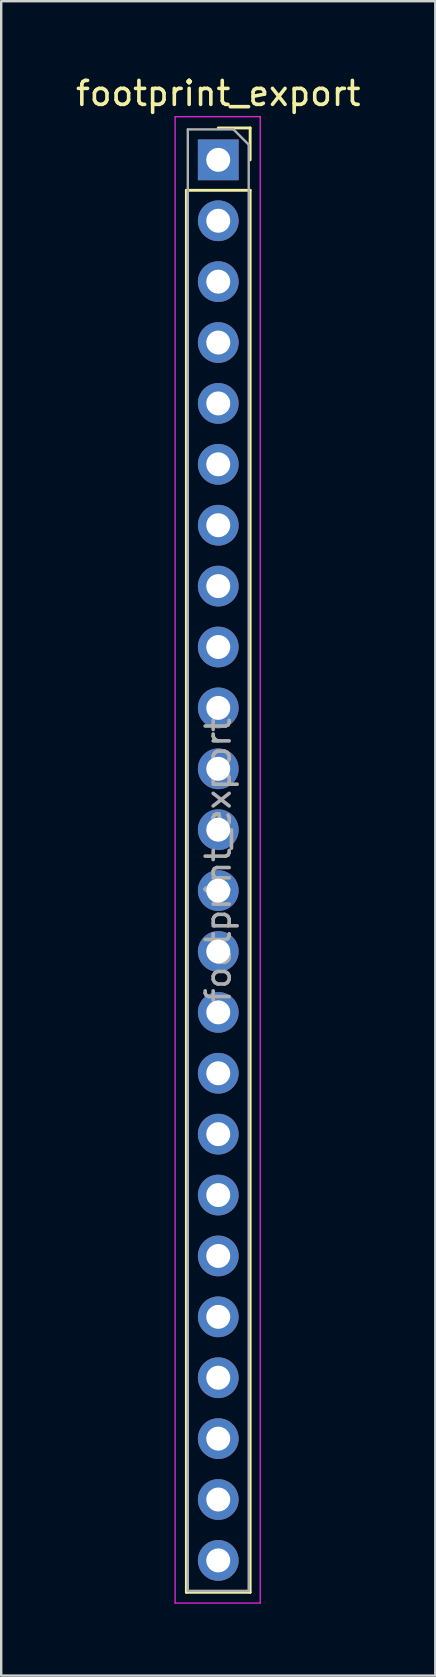
<source format=kicad_pcb>
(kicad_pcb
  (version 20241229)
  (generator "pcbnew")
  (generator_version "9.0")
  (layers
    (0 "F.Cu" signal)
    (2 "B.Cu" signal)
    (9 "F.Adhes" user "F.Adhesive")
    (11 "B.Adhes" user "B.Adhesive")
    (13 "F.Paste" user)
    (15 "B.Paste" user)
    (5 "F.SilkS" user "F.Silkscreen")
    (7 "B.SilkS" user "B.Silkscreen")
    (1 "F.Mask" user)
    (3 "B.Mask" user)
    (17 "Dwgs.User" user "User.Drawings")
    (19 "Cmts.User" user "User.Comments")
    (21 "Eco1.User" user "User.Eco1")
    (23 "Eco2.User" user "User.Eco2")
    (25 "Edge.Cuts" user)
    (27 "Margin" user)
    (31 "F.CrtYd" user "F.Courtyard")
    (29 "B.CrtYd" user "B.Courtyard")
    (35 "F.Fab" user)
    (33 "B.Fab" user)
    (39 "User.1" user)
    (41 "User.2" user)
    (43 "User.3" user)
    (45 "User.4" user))
  (footprint "footprint_export"
    (layer "F.Cu")
    (at 6.054 3.618)
    (property "Reference" "footprint_export" (at 0 -2.77 0) (layer "F.SilkS") (effects (font (size 1 1) (thickness 0.15))))
    (attr through_hole)
    (fp_line (start -1.33 1.27) (end -1.33 59.75) (stroke (width 0.12) (type solid)) (layer "F.SilkS"))
    (fp_line (start -1.33 1.27) (end 1.33 1.27) (stroke (width 0.12) (type solid)) (layer "F.SilkS"))
    (fp_line (start -1.33 59.75) (end 1.33 59.75) (stroke (width 0.12) (type solid)) (layer "F.SilkS"))
    (fp_line (start 0 -1.33) (end 1.33 -1.33) (stroke (width 0.12) (type solid)) (layer "F.SilkS"))
    (fp_line (start 1.33 -1.33) (end 1.33 0) (stroke (width 0.12) (type solid)) (layer "F.SilkS"))
    (fp_line (start 1.33 1.27) (end 1.33 59.75) (stroke (width 0.12) (type solid)) (layer "F.SilkS"))
    (fp_line (start -1.8 -1.8) (end 1.75 -1.8) (stroke (width 0.05) (type solid)) (layer "F.CrtYd"))
    (fp_line (start -1.8 60.2) (end -1.8 -1.8) (stroke (width 0.05) (type solid)) (layer "F.CrtYd"))
    (fp_line (start 1.75 -1.8) (end 1.75 60.2) (stroke (width 0.05) (type solid)) (layer "F.CrtYd"))
    (fp_line (start 1.75 60.2) (end -1.8 60.2) (stroke (width 0.05) (type solid)) (layer "F.CrtYd"))
    (fp_line (start -1.27 -1.27) (end 0.635 -1.27) (stroke (width 0.1) (type solid)) (layer "F.Fab"))
    (fp_line (start -1.27 59.69) (end -1.27 -1.27) (stroke (width 0.1) (type solid)) (layer "F.Fab"))
    (fp_line (start 0.635 -1.27) (end 1.27 -0.635) (stroke (width 0.1) (type solid)) (layer "F.Fab"))
    (fp_line (start 1.27 -0.635) (end 1.27 59.69) (stroke (width 0.1) (type solid)) (layer "F.Fab"))
    (fp_line (start 1.27 59.69) (end -1.27 59.69) (stroke (width 0.1) (type solid)) (layer "F.Fab"))
    (fp_text user "${REFERENCE}" (at 0 29.21 90) (layer "F.Fab") (effects (font (size 1 1) (thickness 0.15))))
    (pad "1" thru_hole rect (at 0 0) (size 1.7 1.7) (drill 1) (layers "*.Cu" "*.Mask"))
    (pad "2" thru_hole oval (at 0 2.54) (size 1.7 1.7) (drill 1) (layers "*.Cu" "*.Mask"))
    (pad "3" thru_hole oval (at 0 5.08) (size 1.7 1.7) (drill 1) (layers "*.Cu" "*.Mask"))
    (pad "4" thru_hole oval (at 0 7.62) (size 1.7 1.7) (drill 1) (layers "*.Cu" "*.Mask"))
    (pad "5" thru_hole oval (at 0 10.16) (size 1.7 1.7) (drill 1) (layers "*.Cu" "*.Mask"))
    (pad "6" thru_hole oval (at 0 12.7) (size 1.7 1.7) (drill 1) (layers "*.Cu" "*.Mask"))
    (pad "7" thru_hole oval (at 0 15.24) (size 1.7 1.7) (drill 1) (layers "*.Cu" "*.Mask"))
    (pad "8" thru_hole oval (at 0 17.78) (size 1.7 1.7) (drill 1) (layers "*.Cu" "*.Mask"))
    (pad "9" thru_hole oval (at 0 20.32) (size 1.7 1.7) (drill 1) (layers "*.Cu" "*.Mask"))
    (pad "10" thru_hole oval (at 0 22.86) (size 1.7 1.7) (drill 1) (layers "*.Cu" "*.Mask"))
    (pad "11" thru_hole oval (at 0 25.4) (size 1.7 1.7) (drill 1) (layers "*.Cu" "*.Mask"))
    (pad "12" thru_hole oval (at 0 27.94) (size 1.7 1.7) (drill 1) (layers "*.Cu" "*.Mask"))
    (pad "13" thru_hole oval (at 0 30.48) (size 1.7 1.7) (drill 1) (layers "*.Cu" "*.Mask"))
    (pad "14" thru_hole oval (at 0 33.02) (size 1.7 1.7) (drill 1) (layers "*.Cu" "*.Mask"))
    (pad "15" thru_hole oval (at 0 35.56) (size 1.7 1.7) (drill 1) (layers "*.Cu" "*.Mask"))
    (pad "16" thru_hole oval (at 0 38.1) (size 1.7 1.7) (drill 1) (layers "*.Cu" "*.Mask"))
    (pad "17" thru_hole oval (at 0 40.64) (size 1.7 1.7) (drill 1) (layers "*.Cu" "*.Mask"))
    (pad "18" thru_hole oval (at 0 43.18) (size 1.7 1.7) (drill 1) (layers "*.Cu" "*.Mask"))
    (pad "19" thru_hole oval (at 0 45.72) (size 1.7 1.7) (drill 1) (layers "*.Cu" "*.Mask"))
    (pad "20" thru_hole oval (at 0 48.26) (size 1.7 1.7) (drill 1) (layers "*.Cu" "*.Mask"))
    (pad "21" thru_hole oval (at 0 50.8) (size 1.7 1.7) (drill 1) (layers "*.Cu" "*.Mask"))
    (pad "22" thru_hole oval (at 0 53.34) (size 1.7 1.7) (drill 1) (layers "*.Cu" "*.Mask"))
    (pad "23" thru_hole oval (at 0 55.88) (size 1.7 1.7) (drill 1) (layers "*.Cu" "*.Mask"))
    (pad "24" thru_hole oval (at 0 58.42) (size 1.7 1.7) (drill 1) (layers "*.Cu" "*.Mask")))
  (gr_rect
    (start -3 -3)
    (end 15.107 66.843)
    (stroke (width 0.1) (type default))
    (fill no)
    (layer "Edge.Cuts")))
</source>
